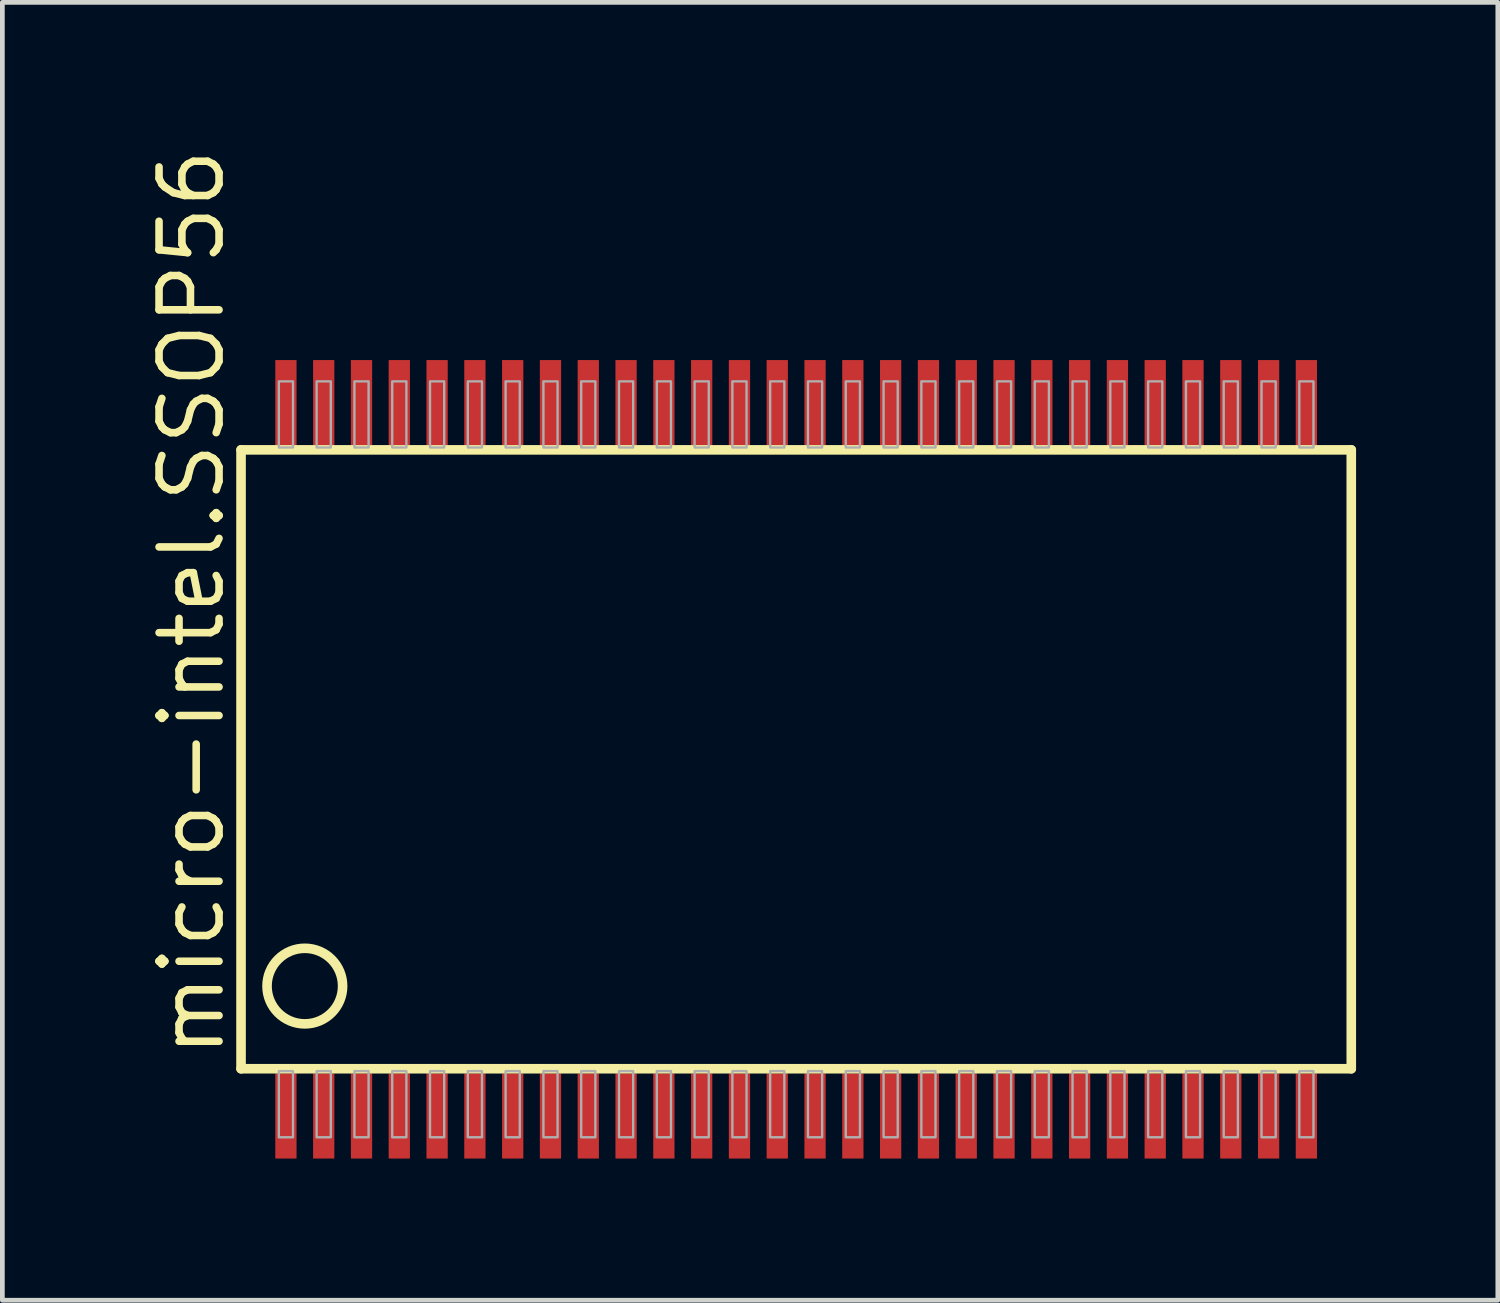
<source format=kicad_pcb>
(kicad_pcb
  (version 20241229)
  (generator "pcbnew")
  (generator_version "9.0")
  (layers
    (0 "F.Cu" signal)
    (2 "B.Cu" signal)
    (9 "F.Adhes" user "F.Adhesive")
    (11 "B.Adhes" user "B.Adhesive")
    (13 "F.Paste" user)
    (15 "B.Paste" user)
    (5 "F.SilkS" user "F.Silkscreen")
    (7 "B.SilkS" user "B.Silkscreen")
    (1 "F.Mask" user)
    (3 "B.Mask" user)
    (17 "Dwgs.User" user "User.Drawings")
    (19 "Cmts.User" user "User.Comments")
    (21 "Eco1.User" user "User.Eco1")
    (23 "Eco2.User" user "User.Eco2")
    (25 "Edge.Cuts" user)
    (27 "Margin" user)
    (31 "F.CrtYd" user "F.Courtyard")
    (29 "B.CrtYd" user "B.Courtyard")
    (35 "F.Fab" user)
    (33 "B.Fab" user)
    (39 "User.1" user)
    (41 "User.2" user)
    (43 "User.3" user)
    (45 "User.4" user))
  (footprint "micro-intel.SSOP56"
    (layer "F.Cu")
    (at 13.802 13.022)
    (property "Reference" "micro-intel.SSOP56" (at -12.052 6.375 90) (layer "F.SilkS") (effects (font (size 1.27 1.27) (thickness 0.16)) (justify left bottom)))
    (attr smd)
    (fp_line (start -11.75 -6.55) (end -11.75 6.55) (stroke (width 0.203) (type default)) (layer "F.SilkS"))
    (fp_line (start -11.75 6.55) (end 11.75 6.55) (stroke (width 0.203) (type default)) (layer "F.SilkS"))
    (fp_line (start 11.75 -6.55) (end -11.75 -6.55) (stroke (width 0.203) (type default)) (layer "F.SilkS"))
    (fp_line (start 11.75 6.55) (end 11.75 -6.55) (stroke (width 0.203) (type default)) (layer "F.SilkS"))
    (fp_circle (center -10.4 4.8) (end -9.6 4.8) (stroke (width 0.203) (type default)) (fill no) (layer "F.SilkS"))
    (fp_rect (start -10.95 -6.6) (end -10.65 -8) (stroke (width 0.05) (type default)) (fill no) (layer "F.Fab"))
    (fp_rect (start -10.95 8) (end -10.65 6.6) (stroke (width 0.05) (type default)) (fill no) (layer "F.Fab"))
    (fp_rect (start -10.15 -6.6) (end -9.85 -8) (stroke (width 0.05) (type default)) (fill no) (layer "F.Fab"))
    (fp_rect (start -10.15 8) (end -9.85 6.6) (stroke (width 0.05) (type default)) (fill no) (layer "F.Fab"))
    (fp_rect (start -9.35 -6.6) (end -9.05 -8) (stroke (width 0.05) (type default)) (fill no) (layer "F.Fab"))
    (fp_rect (start -9.35 8) (end -9.05 6.6) (stroke (width 0.05) (type default)) (fill no) (layer "F.Fab"))
    (fp_rect (start -8.55 -6.6) (end -8.25 -8) (stroke (width 0.05) (type default)) (fill no) (layer "F.Fab"))
    (fp_rect (start -8.55 8) (end -8.25 6.6) (stroke (width 0.05) (type default)) (fill no) (layer "F.Fab"))
    (fp_rect (start -7.75 -6.6) (end -7.45 -8) (stroke (width 0.05) (type default)) (fill no) (layer "F.Fab"))
    (fp_rect (start -7.75 8) (end -7.45 6.6) (stroke (width 0.05) (type default)) (fill no) (layer "F.Fab"))
    (fp_rect (start -6.95 -6.6) (end -6.65 -8) (stroke (width 0.05) (type default)) (fill no) (layer "F.Fab"))
    (fp_rect (start -6.95 8) (end -6.65 6.6) (stroke (width 0.05) (type default)) (fill no) (layer "F.Fab"))
    (fp_rect (start -6.15 -6.6) (end -5.85 -8) (stroke (width 0.05) (type default)) (fill no) (layer "F.Fab"))
    (fp_rect (start -6.15 8) (end -5.85 6.6) (stroke (width 0.05) (type default)) (fill no) (layer "F.Fab"))
    (fp_rect (start -5.35 -6.6) (end -5.05 -8) (stroke (width 0.05) (type default)) (fill no) (layer "F.Fab"))
    (fp_rect (start -5.35 8) (end -5.05 6.6) (stroke (width 0.05) (type default)) (fill no) (layer "F.Fab"))
    (fp_rect (start -4.55 -6.6) (end -4.25 -8) (stroke (width 0.05) (type default)) (fill no) (layer "F.Fab"))
    (fp_rect (start -4.55 8) (end -4.25 6.6) (stroke (width 0.05) (type default)) (fill no) (layer "F.Fab"))
    (fp_rect (start -3.75 -6.6) (end -3.45 -8) (stroke (width 0.05) (type default)) (fill no) (layer "F.Fab"))
    (fp_rect (start -3.75 8) (end -3.45 6.6) (stroke (width 0.05) (type default)) (fill no) (layer "F.Fab"))
    (fp_rect (start -2.95 -6.6) (end -2.65 -8) (stroke (width 0.05) (type default)) (fill no) (layer "F.Fab"))
    (fp_rect (start -2.95 8) (end -2.65 6.6) (stroke (width 0.05) (type default)) (fill no) (layer "F.Fab"))
    (fp_rect (start -2.15 -6.6) (end -1.85 -8) (stroke (width 0.05) (type default)) (fill no) (layer "F.Fab"))
    (fp_rect (start -2.15 8) (end -1.85 6.6) (stroke (width 0.05) (type default)) (fill no) (layer "F.Fab"))
    (fp_rect (start -1.35 -6.6) (end -1.05 -8) (stroke (width 0.05) (type default)) (fill no) (layer "F.Fab"))
    (fp_rect (start -1.35 8) (end -1.05 6.6) (stroke (width 0.05) (type default)) (fill no) (layer "F.Fab"))
    (fp_rect (start -0.55 -6.6) (end -0.25 -8) (stroke (width 0.05) (type default)) (fill no) (layer "F.Fab"))
    (fp_rect (start -0.55 8) (end -0.25 6.6) (stroke (width 0.05) (type default)) (fill no) (layer "F.Fab"))
    (fp_rect (start 0.25 -6.6) (end 0.55 -8) (stroke (width 0.05) (type default)) (fill no) (layer "F.Fab"))
    (fp_rect (start 0.25 8) (end 0.55 6.6) (stroke (width 0.05) (type default)) (fill no) (layer "F.Fab"))
    (fp_rect (start 1.05 -6.6) (end 1.35 -8) (stroke (width 0.05) (type default)) (fill no) (layer "F.Fab"))
    (fp_rect (start 1.05 8) (end 1.35 6.6) (stroke (width 0.05) (type default)) (fill no) (layer "F.Fab"))
    (fp_rect (start 1.85 -6.6) (end 2.15 -8) (stroke (width 0.05) (type default)) (fill no) (layer "F.Fab"))
    (fp_rect (start 1.85 8) (end 2.15 6.6) (stroke (width 0.05) (type default)) (fill no) (layer "F.Fab"))
    (fp_rect (start 2.65 -6.6) (end 2.95 -8) (stroke (width 0.05) (type default)) (fill no) (layer "F.Fab"))
    (fp_rect (start 2.65 8) (end 2.95 6.6) (stroke (width 0.05) (type default)) (fill no) (layer "F.Fab"))
    (fp_rect (start 3.45 -6.6) (end 3.75 -8) (stroke (width 0.05) (type default)) (fill no) (layer "F.Fab"))
    (fp_rect (start 3.45 8) (end 3.75 6.6) (stroke (width 0.05) (type default)) (fill no) (layer "F.Fab"))
    (fp_rect (start 4.25 -6.6) (end 4.55 -8) (stroke (width 0.05) (type default)) (fill no) (layer "F.Fab"))
    (fp_rect (start 4.25 8) (end 4.55 6.6) (stroke (width 0.05) (type default)) (fill no) (layer "F.Fab"))
    (fp_rect (start 5.05 -6.6) (end 5.35 -8) (stroke (width 0.05) (type default)) (fill no) (layer "F.Fab"))
    (fp_rect (start 5.05 8) (end 5.35 6.6) (stroke (width 0.05) (type default)) (fill no) (layer "F.Fab"))
    (fp_rect (start 5.85 -6.6) (end 6.15 -8) (stroke (width 0.05) (type default)) (fill no) (layer "F.Fab"))
    (fp_rect (start 5.85 8) (end 6.15 6.6) (stroke (width 0.05) (type default)) (fill no) (layer "F.Fab"))
    (fp_rect (start 6.65 -6.6) (end 6.95 -8) (stroke (width 0.05) (type default)) (fill no) (layer "F.Fab"))
    (fp_rect (start 6.65 8) (end 6.95 6.6) (stroke (width 0.05) (type default)) (fill no) (layer "F.Fab"))
    (fp_rect (start 7.45 -6.6) (end 7.75 -8) (stroke (width 0.05) (type default)) (fill no) (layer "F.Fab"))
    (fp_rect (start 7.45 8) (end 7.75 6.6) (stroke (width 0.05) (type default)) (fill no) (layer "F.Fab"))
    (fp_rect (start 8.25 -6.6) (end 8.55 -8) (stroke (width 0.05) (type default)) (fill no) (layer "F.Fab"))
    (fp_rect (start 8.25 8) (end 8.55 6.6) (stroke (width 0.05) (type default)) (fill no) (layer "F.Fab"))
    (fp_rect (start 9.05 -6.6) (end 9.35 -8) (stroke (width 0.05) (type default)) (fill no) (layer "F.Fab"))
    (fp_rect (start 9.05 8) (end 9.35 6.6) (stroke (width 0.05) (type default)) (fill no) (layer "F.Fab"))
    (fp_rect (start 9.85 -6.6) (end 10.15 -8) (stroke (width 0.05) (type default)) (fill no) (layer "F.Fab"))
    (fp_rect (start 9.85 8) (end 10.15 6.6) (stroke (width 0.05) (type default)) (fill no) (layer "F.Fab"))
    (fp_rect (start 10.65 -6.6) (end 10.95 -8) (stroke (width 0.05) (type default)) (fill no) (layer "F.Fab"))
    (fp_rect (start 10.65 8) (end 10.95 6.6) (stroke (width 0.05) (type default)) (fill no) (layer "F.Fab"))
    (pad "1" smd roundrect (at -10.8 7.55) (size 0.45 1.8) (layers "F.Cu" "F.Mask" "F.Paste") (roundrect_rratio 0.01))
    (pad "2" smd roundrect (at -10 7.55) (size 0.45 1.8) (layers "F.Cu" "F.Mask" "F.Paste") (roundrect_rratio 0.01))
    (pad "3" smd roundrect (at -9.2 7.55) (size 0.45 1.8) (layers "F.Cu" "F.Mask" "F.Paste") (roundrect_rratio 0.01))
    (pad "4" smd roundrect (at -8.4 7.55) (size 0.45 1.8) (layers "F.Cu" "F.Mask" "F.Paste") (roundrect_rratio 0.01))
    (pad "5" smd roundrect (at -7.6 7.55) (size 0.45 1.8) (layers "F.Cu" "F.Mask" "F.Paste") (roundrect_rratio 0.01))
    (pad "6" smd roundrect (at -6.8 7.55) (size 0.45 1.8) (layers "F.Cu" "F.Mask" "F.Paste") (roundrect_rratio 0.01))
    (pad "7" smd roundrect (at -6 7.55) (size 0.45 1.8) (layers "F.Cu" "F.Mask" "F.Paste") (roundrect_rratio 0.01))
    (pad "8" smd roundrect (at -5.2 7.55) (size 0.45 1.8) (layers "F.Cu" "F.Mask" "F.Paste") (roundrect_rratio 0.01))
    (pad "9" smd roundrect (at -4.4 7.55) (size 0.45 1.8) (layers "F.Cu" "F.Mask" "F.Paste") (roundrect_rratio 0.01))
    (pad "10" smd roundrect (at -3.6 7.55) (size 0.45 1.8) (layers "F.Cu" "F.Mask" "F.Paste") (roundrect_rratio 0.01))
    (pad "11" smd roundrect (at -2.8 7.55) (size 0.45 1.8) (layers "F.Cu" "F.Mask" "F.Paste") (roundrect_rratio 0.01))
    (pad "12" smd roundrect (at -2 7.55) (size 0.45 1.8) (layers "F.Cu" "F.Mask" "F.Paste") (roundrect_rratio 0.01))
    (pad "13" smd roundrect (at -1.2 7.55) (size 0.45 1.8) (layers "F.Cu" "F.Mask" "F.Paste") (roundrect_rratio 0.01))
    (pad "14" smd roundrect (at -0.4 7.55) (size 0.45 1.8) (layers "F.Cu" "F.Mask" "F.Paste") (roundrect_rratio 0.01))
    (pad "15" smd roundrect (at 0.4 7.55) (size 0.45 1.8) (layers "F.Cu" "F.Mask" "F.Paste") (roundrect_rratio 0.01))
    (pad "16" smd roundrect (at 1.2 7.55) (size 0.45 1.8) (layers "F.Cu" "F.Mask" "F.Paste") (roundrect_rratio 0.01))
    (pad "17" smd roundrect (at 2 7.55) (size 0.45 1.8) (layers "F.Cu" "F.Mask" "F.Paste") (roundrect_rratio 0.01))
    (pad "18" smd roundrect (at 2.8 7.55) (size 0.45 1.8) (layers "F.Cu" "F.Mask" "F.Paste") (roundrect_rratio 0.01))
    (pad "19" smd roundrect (at 3.6 7.55) (size 0.45 1.8) (layers "F.Cu" "F.Mask" "F.Paste") (roundrect_rratio 0.01))
    (pad "20" smd roundrect (at 4.4 7.55) (size 0.45 1.8) (layers "F.Cu" "F.Mask" "F.Paste") (roundrect_rratio 0.01))
    (pad "21" smd roundrect (at 5.2 7.55) (size 0.45 1.8) (layers "F.Cu" "F.Mask" "F.Paste") (roundrect_rratio 0.01))
    (pad "22" smd roundrect (at 6 7.55) (size 0.45 1.8) (layers "F.Cu" "F.Mask" "F.Paste") (roundrect_rratio 0.01))
    (pad "23" smd roundrect (at 6.8 7.55) (size 0.45 1.8) (layers "F.Cu" "F.Mask" "F.Paste") (roundrect_rratio 0.01))
    (pad "24" smd roundrect (at 7.6 7.55) (size 0.45 1.8) (layers "F.Cu" "F.Mask" "F.Paste") (roundrect_rratio 0.01))
    (pad "25" smd roundrect (at 8.4 7.55) (size 0.45 1.8) (layers "F.Cu" "F.Mask" "F.Paste") (roundrect_rratio 0.01))
    (pad "26" smd roundrect (at 9.2 7.55) (size 0.45 1.8) (layers "F.Cu" "F.Mask" "F.Paste") (roundrect_rratio 0.01))
    (pad "27" smd roundrect (at 10 7.55) (size 0.45 1.8) (layers "F.Cu" "F.Mask" "F.Paste") (roundrect_rratio 0.01))
    (pad "28" smd roundrect (at 10.8 7.55) (size 0.45 1.8) (layers "F.Cu" "F.Mask" "F.Paste") (roundrect_rratio 0.01))
    (pad "29" smd roundrect (at 10.8 -7.55) (size 0.45 1.8) (layers "F.Cu" "F.Mask" "F.Paste") (roundrect_rratio 0.01))
    (pad "30" smd roundrect (at 10 -7.55) (size 0.45 1.8) (layers "F.Cu" "F.Mask" "F.Paste") (roundrect_rratio 0.01))
    (pad "31" smd roundrect (at 9.2 -7.55) (size 0.45 1.8) (layers "F.Cu" "F.Mask" "F.Paste") (roundrect_rratio 0.01))
    (pad "32" smd roundrect (at 8.4 -7.55) (size 0.45 1.8) (layers "F.Cu" "F.Mask" "F.Paste") (roundrect_rratio 0.01))
    (pad "33" smd roundrect (at 7.6 -7.55) (size 0.45 1.8) (layers "F.Cu" "F.Mask" "F.Paste") (roundrect_rratio 0.01))
    (pad "34" smd roundrect (at 6.8 -7.55) (size 0.45 1.8) (layers "F.Cu" "F.Mask" "F.Paste") (roundrect_rratio 0.01))
    (pad "35" smd roundrect (at 6 -7.55) (size 0.45 1.8) (layers "F.Cu" "F.Mask" "F.Paste") (roundrect_rratio 0.01))
    (pad "36" smd roundrect (at 5.2 -7.55) (size 0.45 1.8) (layers "F.Cu" "F.Mask" "F.Paste") (roundrect_rratio 0.01))
    (pad "37" smd roundrect (at 4.4 -7.55) (size 0.45 1.8) (layers "F.Cu" "F.Mask" "F.Paste") (roundrect_rratio 0.01))
    (pad "38" smd roundrect (at 3.6 -7.55) (size 0.45 1.8) (layers "F.Cu" "F.Mask" "F.Paste") (roundrect_rratio 0.01))
    (pad "39" smd roundrect (at 2.8 -7.55) (size 0.45 1.8) (layers "F.Cu" "F.Mask" "F.Paste") (roundrect_rratio 0.01))
    (pad "40" smd roundrect (at 2 -7.55) (size 0.45 1.8) (layers "F.Cu" "F.Mask" "F.Paste") (roundrect_rratio 0.01))
    (pad "41" smd roundrect (at 1.2 -7.55) (size 0.45 1.8) (layers "F.Cu" "F.Mask" "F.Paste") (roundrect_rratio 0.01))
    (pad "42" smd roundrect (at 0.4 -7.55) (size 0.45 1.8) (layers "F.Cu" "F.Mask" "F.Paste") (roundrect_rratio 0.01))
    (pad "43" smd roundrect (at -0.4 -7.55) (size 0.45 1.8) (layers "F.Cu" "F.Mask" "F.Paste") (roundrect_rratio 0.01))
    (pad "44" smd roundrect (at -1.2 -7.55) (size 0.45 1.8) (layers "F.Cu" "F.Mask" "F.Paste") (roundrect_rratio 0.01))
    (pad "45" smd roundrect (at -2 -7.55) (size 0.45 1.8) (layers "F.Cu" "F.Mask" "F.Paste") (roundrect_rratio 0.01))
    (pad "46" smd roundrect (at -2.8 -7.55) (size 0.45 1.8) (layers "F.Cu" "F.Mask" "F.Paste") (roundrect_rratio 0.01))
    (pad "47" smd roundrect (at -3.6 -7.55) (size 0.45 1.8) (layers "F.Cu" "F.Mask" "F.Paste") (roundrect_rratio 0.01))
    (pad "48" smd roundrect (at -4.4 -7.55) (size 0.45 1.8) (layers "F.Cu" "F.Mask" "F.Paste") (roundrect_rratio 0.01))
    (pad "49" smd roundrect (at -5.2 -7.55) (size 0.45 1.8) (layers "F.Cu" "F.Mask" "F.Paste") (roundrect_rratio 0.01))
    (pad "50" smd roundrect (at -6 -7.55) (size 0.45 1.8) (layers "F.Cu" "F.Mask" "F.Paste") (roundrect_rratio 0.01))
    (pad "51" smd roundrect (at -6.8 -7.55) (size 0.45 1.8) (layers "F.Cu" "F.Mask" "F.Paste") (roundrect_rratio 0.01))
    (pad "52" smd roundrect (at -7.6 -7.55) (size 0.45 1.8) (layers "F.Cu" "F.Mask" "F.Paste") (roundrect_rratio 0.01))
    (pad "53" smd roundrect (at -8.4 -7.55) (size 0.45 1.8) (layers "F.Cu" "F.Mask" "F.Paste") (roundrect_rratio 0.01))
    (pad "54" smd roundrect (at -9.2 -7.55) (size 0.45 1.8) (layers "F.Cu" "F.Mask" "F.Paste") (roundrect_rratio 0.01))
    (pad "55" smd roundrect (at -10 -7.55) (size 0.45 1.8) (layers "F.Cu" "F.Mask" "F.Paste") (roundrect_rratio 0.01))
    (pad "56" smd roundrect (at -10.8 -7.55) (size 0.45 1.8) (layers "F.Cu" "F.Mask" "F.Paste") (roundrect_rratio 0.01)))
  (gr_rect
    (start -3 -3)
    (end 28.654 24.472)
    (stroke (width 0.1) (type default))
    (fill no)
    (layer "Edge.Cuts")))
</source>
